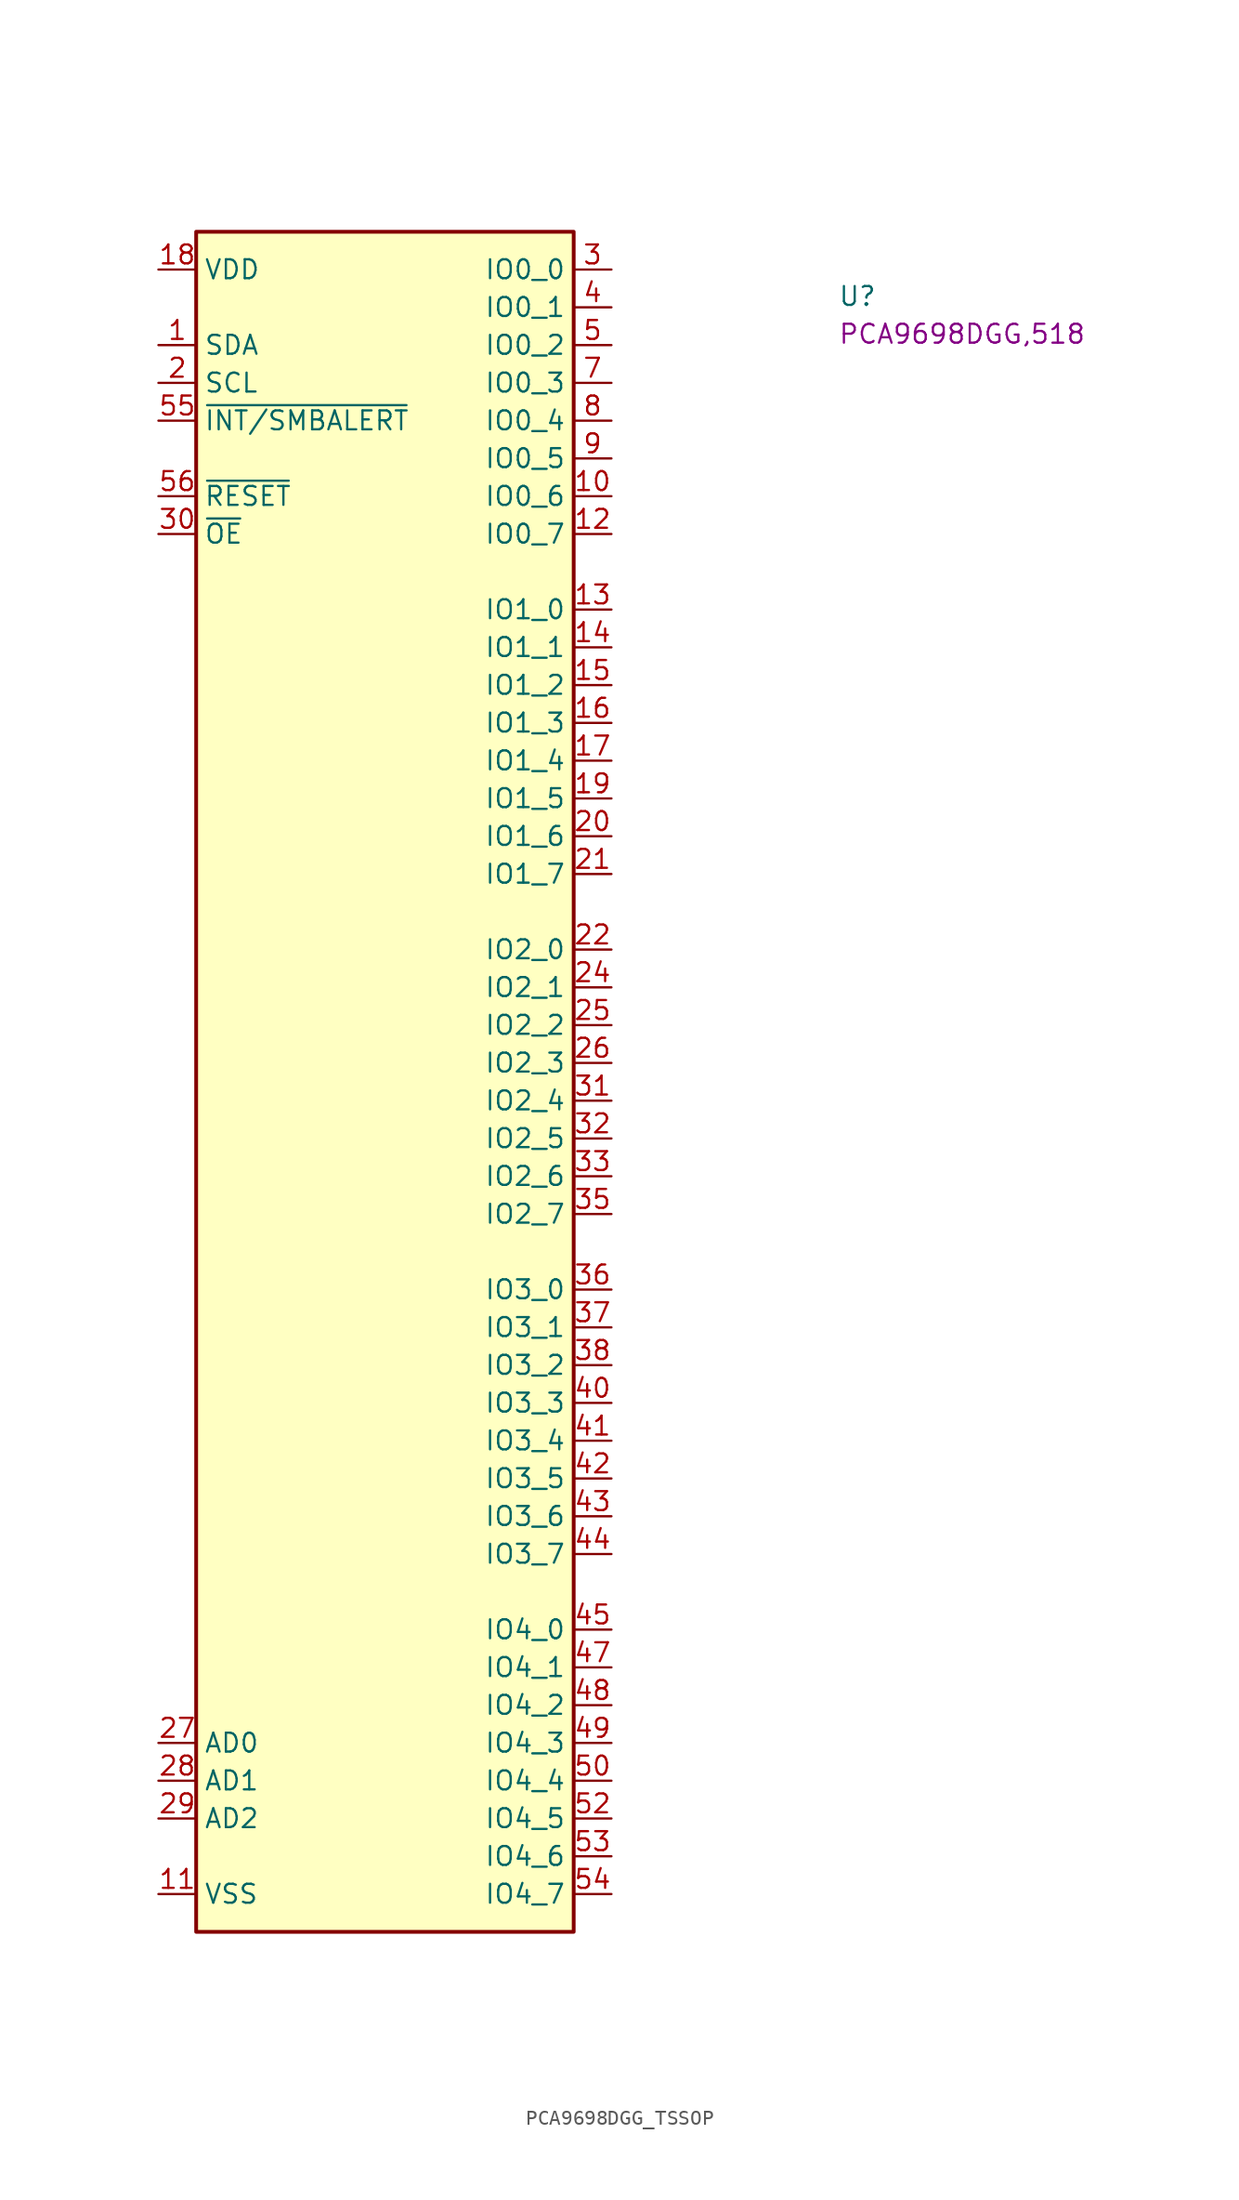
<source format=kicad_sym>
(kicad_symbol_lib
  (version 20220914)
  (generator kicad_symbol_editor)
  (symbol "PCA9698DGG_TSSOP"
    (property "Reference" "U"
      (at 45.72 -2.54 0)
      (effects (font (size 1.27 1.27) (thickness 0.15)) (justify left bottom)))
    (property "MPN" "PCA9698DGG,518"
      (at 45.72 -5.08 0)
      (effects (font (size 1.27 1.27) (thickness 0.15)) (justify left bottom)))
    (symbol "PCA9698DGG_TSSOP_1_1"
      (rectangle (start 2.54 2.54) (end 27.94 -111.76) (stroke (width 0.254) (type default)) (fill (type background)))
      (pin bidirectional line (at 0 -5.08 0) (length 2.54) (name "SDA" (effects (font (size 1.27 1.27)))) (number "1" (effects (font (size 1.27 1.27)))))
      (pin bidirectional line (at 30.48 -15.24 180) (length 2.54) (name "IO0_6" (effects (font (size 1.27 1.27)))) (number "10" (effects (font (size 1.27 1.27)))))
      (pin power_in line (at 0 -109.22 0) (length 2.54) (name "VSS" (effects (font (size 1.27 1.27)))) (number "11" (effects (font (size 1.27 1.27)))))
      (pin bidirectional line (at 30.48 -17.78 180) (length 2.54) (name "IO0_7" (effects (font (size 1.27 1.27)))) (number "12" (effects (font (size 1.27 1.27)))))
      (pin bidirectional line (at 30.48 -22.86 180) (length 2.54) (name "IO1_0" (effects (font (size 1.27 1.27)))) (number "13" (effects (font (size 1.27 1.27)))))
      (pin bidirectional line (at 30.48 -25.4 180) (length 2.54) (name "IO1_1" (effects (font (size 1.27 1.27)))) (number "14" (effects (font (size 1.27 1.27)))))
      (pin bidirectional line (at 30.48 -27.94 180) (length 2.54) (name "IO1_2" (effects (font (size 1.27 1.27)))) (number "15" (effects (font (size 1.27 1.27)))))
      (pin bidirectional line (at 30.48 -30.48 180) (length 2.54) (name "IO1_3" (effects (font (size 1.27 1.27)))) (number "16" (effects (font (size 1.27 1.27)))))
      (pin bidirectional line (at 30.48 -33.02 180) (length 2.54) (name "IO1_4" (effects (font (size 1.27 1.27)))) (number "17" (effects (font (size 1.27 1.27)))))
      (pin power_in line (at 0 0 0) (length 2.54) (name "VDD" (effects (font (size 1.27 1.27)))) (number "18" (effects (font (size 1.27 1.27)))))
      (pin bidirectional line (at 30.48 -35.56 180) (length 2.54) (name "IO1_5" (effects (font (size 1.27 1.27)))) (number "19" (effects (font (size 1.27 1.27)))))
      (pin input line (at 0 -7.62 0) (length 2.54) (name "SCL" (effects (font (size 1.27 1.27)))) (number "2" (effects (font (size 1.27 1.27)))))
      (pin bidirectional line (at 30.48 -38.1 180) (length 2.54) (name "IO1_6" (effects (font (size 1.27 1.27)))) (number "20" (effects (font (size 1.27 1.27)))))
      (pin bidirectional line (at 30.48 -40.64 180) (length 2.54) (name "IO1_7" (effects (font (size 1.27 1.27)))) (number "21" (effects (font (size 1.27 1.27)))))
      (pin bidirectional line (at 30.48 -45.72 180) (length 2.54) (name "IO2_0" (effects (font (size 1.27 1.27)))) (number "22" (effects (font (size 1.27 1.27)))))
      (pin passive line (at 0 -109.22 0) (length 2.54) hide (name "VSS" (effects (font (size 1.27 1.27)))) (number "23" (effects (font (size 1.27 1.27)))))
      (pin bidirectional line (at 30.48 -48.26 180) (length 2.54) (name "IO2_1" (effects (font (size 1.27 1.27)))) (number "24" (effects (font (size 1.27 1.27)))))
      (pin bidirectional line (at 30.48 -50.8 180) (length 2.54) (name "IO2_2" (effects (font (size 1.27 1.27)))) (number "25" (effects (font (size 1.27 1.27)))))
      (pin bidirectional line (at 30.48 -53.34 180) (length 2.54) (name "IO2_3" (effects (font (size 1.27 1.27)))) (number "26" (effects (font (size 1.27 1.27)))))
      (pin input line (at 0 -99.06 0) (length 2.54) (name "AD0" (effects (font (size 1.27 1.27)))) (number "27" (effects (font (size 1.27 1.27)))))
      (pin input line (at 0 -101.6 0) (length 2.54) (name "AD1" (effects (font (size 1.27 1.27)))) (number "28" (effects (font (size 1.27 1.27)))))
      (pin input line (at 0 -104.14 0) (length 2.54) (name "AD2" (effects (font (size 1.27 1.27)))) (number "29" (effects (font (size 1.27 1.27)))))
      (pin bidirectional line (at 30.48 0 180) (length 2.54) (name "IO0_0" (effects (font (size 1.27 1.27)))) (number "3" (effects (font (size 1.27 1.27)))))
      (pin input line (at 0 -17.78 0) (length 2.54) (name "~{OE}" (effects (font (size 1.27 1.27)))) (number "30" (effects (font (size 1.27 1.27)))))
      (pin bidirectional line (at 30.48 -55.88 180) (length 2.54) (name "IO2_4" (effects (font (size 1.27 1.27)))) (number "31" (effects (font (size 1.27 1.27)))))
      (pin bidirectional line (at 30.48 -58.42 180) (length 2.54) (name "IO2_5" (effects (font (size 1.27 1.27)))) (number "32" (effects (font (size 1.27 1.27)))))
      (pin bidirectional line (at 30.48 -60.96 180) (length 2.54) (name "IO2_6" (effects (font (size 1.27 1.27)))) (number "33" (effects (font (size 1.27 1.27)))))
      (pin passive line (at 0 -109.22 0) (length 2.54) hide (name "VSS" (effects (font (size 1.27 1.27)))) (number "34" (effects (font (size 1.27 1.27)))))
      (pin bidirectional line (at 30.48 -63.5 180) (length 2.54) (name "IO2_7" (effects (font (size 1.27 1.27)))) (number "35" (effects (font (size 1.27 1.27)))))
      (pin bidirectional line (at 30.48 -68.58 180) (length 2.54) (name "IO3_0" (effects (font (size 1.27 1.27)))) (number "36" (effects (font (size 1.27 1.27)))))
      (pin bidirectional line (at 30.48 -71.12 180) (length 2.54) (name "IO3_1" (effects (font (size 1.27 1.27)))) (number "37" (effects (font (size 1.27 1.27)))))
      (pin bidirectional line (at 30.48 -73.66 180) (length 2.54) (name "IO3_2" (effects (font (size 1.27 1.27)))) (number "38" (effects (font (size 1.27 1.27)))))
      (pin passive line (at 0 -109.22 0) (length 2.54) hide (name "VSS" (effects (font (size 1.27 1.27)))) (number "39" (effects (font (size 1.27 1.27)))))
      (pin bidirectional line (at 30.48 -2.54 180) (length 2.54) (name "IO0_1" (effects (font (size 1.27 1.27)))) (number "4" (effects (font (size 1.27 1.27)))))
      (pin bidirectional line (at 30.48 -76.2 180) (length 2.54) (name "IO3_3" (effects (font (size 1.27 1.27)))) (number "40" (effects (font (size 1.27 1.27)))))
      (pin bidirectional line (at 30.48 -78.74 180) (length 2.54) (name "IO3_4" (effects (font (size 1.27 1.27)))) (number "41" (effects (font (size 1.27 1.27)))))
      (pin bidirectional line (at 30.48 -81.28 180) (length 2.54) (name "IO3_5" (effects (font (size 1.27 1.27)))) (number "42" (effects (font (size 1.27 1.27)))))
      (pin bidirectional line (at 30.48 -83.82 180) (length 2.54) (name "IO3_6" (effects (font (size 1.27 1.27)))) (number "43" (effects (font (size 1.27 1.27)))))
      (pin bidirectional line (at 30.48 -86.36 180) (length 2.54) (name "IO3_7" (effects (font (size 1.27 1.27)))) (number "44" (effects (font (size 1.27 1.27)))))
      (pin bidirectional line (at 30.48 -91.44 180) (length 2.54) (name "IO4_0" (effects (font (size 1.27 1.27)))) (number "45" (effects (font (size 1.27 1.27)))))
      (pin passive line (at 0 0 0) (length 2.54) hide (name "VDD" (effects (font (size 1.27 1.27)))) (number "46" (effects (font (size 1.27 1.27)))))
      (pin bidirectional line (at 30.48 -93.98 180) (length 2.54) (name "IO4_1" (effects (font (size 1.27 1.27)))) (number "47" (effects (font (size 1.27 1.27)))))
      (pin bidirectional line (at 30.48 -96.52 180) (length 2.54) (name "IO4_2" (effects (font (size 1.27 1.27)))) (number "48" (effects (font (size 1.27 1.27)))))
      (pin bidirectional line (at 30.48 -99.06 180) (length 2.54) (name "IO4_3" (effects (font (size 1.27 1.27)))) (number "49" (effects (font (size 1.27 1.27)))))
      (pin bidirectional line (at 30.48 -5.08 180) (length 2.54) (name "IO0_2" (effects (font (size 1.27 1.27)))) (number "5" (effects (font (size 1.27 1.27)))))
      (pin bidirectional line (at 30.48 -101.6 180) (length 2.54) (name "IO4_4" (effects (font (size 1.27 1.27)))) (number "50" (effects (font (size 1.27 1.27)))))
      (pin passive line (at 0 -109.22 0) (length 2.54) hide (name "VSS" (effects (font (size 1.27 1.27)))) (number "51" (effects (font (size 1.27 1.27)))))
      (pin bidirectional line (at 30.48 -104.14 180) (length 2.54) (name "IO4_5" (effects (font (size 1.27 1.27)))) (number "52" (effects (font (size 1.27 1.27)))))
      (pin bidirectional line (at 30.48 -106.68 180) (length 2.54) (name "IO4_6" (effects (font (size 1.27 1.27)))) (number "53" (effects (font (size 1.27 1.27)))))
      (pin bidirectional line (at 30.48 -109.22 180) (length 2.54) (name "IO4_7" (effects (font (size 1.27 1.27)))) (number "54" (effects (font (size 1.27 1.27)))))
      (pin output line (at 0 -10.16 0) (length 2.54) (name "~{INT/SMBALERT}" (effects (font (size 1.27 1.27)))) (number "55" (effects (font (size 1.27 1.27)))))
      (pin input line (at 0 -15.24 0) (length 2.54) (name "~{RESET}" (effects (font (size 1.27 1.27)))) (number "56" (effects (font (size 1.27 1.27)))))
      (pin passive line (at 0 -109.22 0) (length 2.54) hide (name "VSS" (effects (font (size 1.27 1.27)))) (number "6" (effects (font (size 1.27 1.27)))))
      (pin bidirectional line (at 30.48 -7.62 180) (length 2.54) (name "IO0_3" (effects (font (size 1.27 1.27)))) (number "7" (effects (font (size 1.27 1.27)))))
      (pin bidirectional line (at 30.48 -10.16 180) (length 2.54) (name "IO0_4" (effects (font (size 1.27 1.27)))) (number "8" (effects (font (size 1.27 1.27)))))
      (pin bidirectional line (at 30.48 -12.7 180) (length 2.54) (name "IO0_5" (effects (font (size 1.27 1.27)))) (number "9" (effects (font (size 1.27 1.27))))))))
</source>
